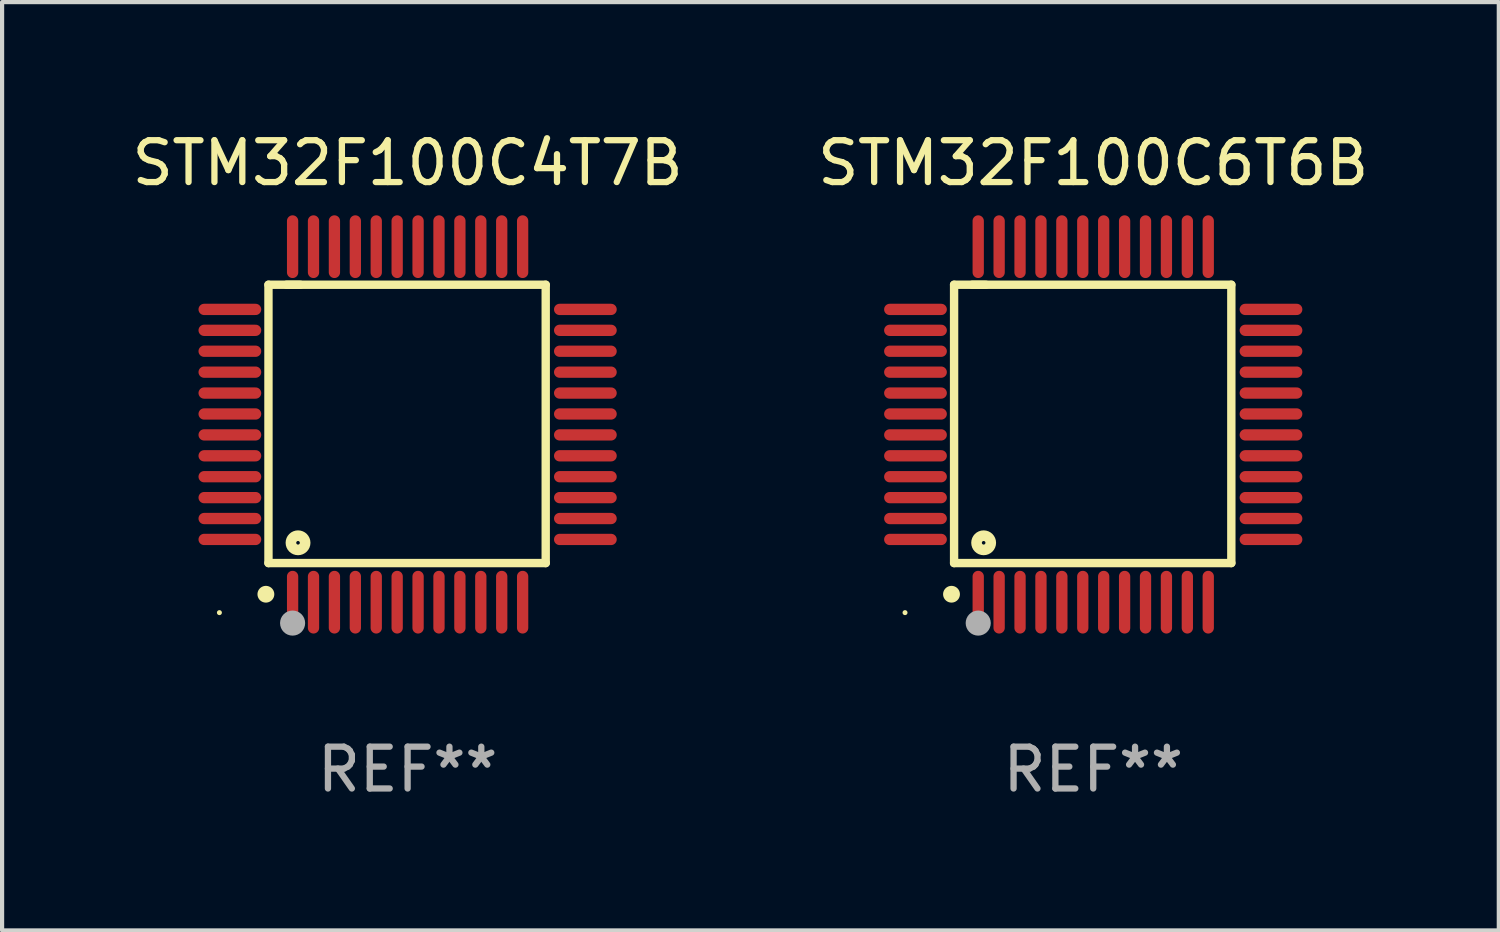
<source format=kicad_pcb>
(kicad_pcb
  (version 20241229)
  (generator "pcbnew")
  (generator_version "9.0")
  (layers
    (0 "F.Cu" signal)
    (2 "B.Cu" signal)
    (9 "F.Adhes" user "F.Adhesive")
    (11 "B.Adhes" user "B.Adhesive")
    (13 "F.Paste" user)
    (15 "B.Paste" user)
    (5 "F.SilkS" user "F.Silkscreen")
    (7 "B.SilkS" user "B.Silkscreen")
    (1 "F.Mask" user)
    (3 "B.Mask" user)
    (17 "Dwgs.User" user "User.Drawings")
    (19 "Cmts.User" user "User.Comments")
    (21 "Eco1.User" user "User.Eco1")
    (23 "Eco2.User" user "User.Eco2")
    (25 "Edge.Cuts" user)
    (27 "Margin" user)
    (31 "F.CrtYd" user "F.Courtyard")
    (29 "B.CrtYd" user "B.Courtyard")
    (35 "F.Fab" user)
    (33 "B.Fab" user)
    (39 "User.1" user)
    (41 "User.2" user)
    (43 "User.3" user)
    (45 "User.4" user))
  (footprint "STM32F100C6T6B"
    (layer "F.Cu")
    (at 23.089 7.098)
    (property "Reference" "STM32F100C6T6B" (at 0 -6.25 0) (layer "F.SilkS") (effects (font (size 1 1) (thickness 0.15))))
    (attr through_hole)
    (fp_line (start -3.327 -3.34) (end -2.565 -3.34) (stroke (width 0.2) (type solid)) (layer "F.SilkS"))
    (fp_line (start -3.327 3.315) (end -3.327 -3.34) (stroke (width 0.2) (type solid)) (layer "F.SilkS"))
    (fp_line (start -2.896 -3.34) (end 3.302 -3.34) (stroke (width 0.2) (type solid)) (layer "F.SilkS"))
    (fp_line (start 3.302 -3.34) (end 3.302 3.315) (stroke (width 0.2) (type solid)) (layer "F.SilkS"))
    (fp_line (start 3.302 3.315) (end -3.327 3.315) (stroke (width 0.2) (type solid)) (layer "F.SilkS"))
    (fp_arc (start -3.389992 4.059995) (mid -3.388722 4.059991) (end -3.387452 4.059995) (stroke (width 0.4) (type solid)) (layer "F.SilkS"))
    (fp_circle (center -4.5 4.5) (end -4.47 4.5) (stroke (width 0.06) (type solid)) (fill no) (layer "F.SilkS"))
    (fp_circle (center -2.62 2.83) (end -2.45 2.83) (stroke (width 0.254) (type solid)) (fill no) (layer "F.SilkS"))
    (fp_circle (center -2.75 4.75) (end -2.6 4.75) (stroke (width 0.3) (type solid)) (fill no) (layer "F.Fab"))
    (fp_text user "REF**" (at 0 8.25 0) (layer "F.Fab") (effects (font (size 1 1) (thickness 0.15))))
    (pad "1" smd oval (at -2.75 4.25) (size 0.27 1.5) (layers "F.Cu" "F.Mask" "F.Paste"))
    (pad "2" smd oval (at -2.25 4.25) (size 0.27 1.5) (layers "F.Cu" "F.Mask" "F.Paste"))
    (pad "3" smd oval (at -1.75 4.25) (size 0.27 1.5) (layers "F.Cu" "F.Mask" "F.Paste"))
    (pad "4" smd oval (at -1.25 4.25) (size 0.27 1.5) (layers "F.Cu" "F.Mask" "F.Paste"))
    (pad "5" smd oval (at -0.75 4.25) (size 0.27 1.5) (layers "F.Cu" "F.Mask" "F.Paste"))
    (pad "6" smd oval (at -0.25 4.25) (size 0.27 1.5) (layers "F.Cu" "F.Mask" "F.Paste"))
    (pad "7" smd oval (at 0.25 4.25) (size 0.27 1.5) (layers "F.Cu" "F.Mask" "F.Paste"))
    (pad "8" smd oval (at 0.75 4.25) (size 0.27 1.5) (layers "F.Cu" "F.Mask" "F.Paste"))
    (pad "9" smd oval (at 1.25 4.25) (size 0.27 1.5) (layers "F.Cu" "F.Mask" "F.Paste"))
    (pad "10" smd oval (at 1.75 4.25) (size 0.27 1.5) (layers "F.Cu" "F.Mask" "F.Paste"))
    (pad "11" smd oval (at 2.25 4.25) (size 0.27 1.5) (layers "F.Cu" "F.Mask" "F.Paste"))
    (pad "12" smd oval (at 2.75 4.25) (size 0.27 1.5) (layers "F.Cu" "F.Mask" "F.Paste"))
    (pad "13" smd oval (at 4.25 2.75) (size 1.5 0.27) (layers "F.Cu" "F.Mask" "F.Paste"))
    (pad "14" smd oval (at 4.25 2.25) (size 1.5 0.27) (layers "F.Cu" "F.Mask" "F.Paste"))
    (pad "15" smd oval (at 4.25 1.75) (size 1.5 0.27) (layers "F.Cu" "F.Mask" "F.Paste"))
    (pad "16" smd oval (at 4.25 1.25) (size 1.5 0.27) (layers "F.Cu" "F.Mask" "F.Paste"))
    (pad "17" smd oval (at 4.25 0.75) (size 1.5 0.27) (layers "F.Cu" "F.Mask" "F.Paste"))
    (pad "18" smd oval (at 4.25 0.25) (size 1.5 0.27) (layers "F.Cu" "F.Mask" "F.Paste"))
    (pad "19" smd oval (at 4.25 -0.25) (size 1.5 0.27) (layers "F.Cu" "F.Mask" "F.Paste"))
    (pad "20" smd oval (at 4.25 -0.75) (size 1.5 0.27) (layers "F.Cu" "F.Mask" "F.Paste"))
    (pad "21" smd oval (at 4.25 -1.25) (size 1.5 0.27) (layers "F.Cu" "F.Mask" "F.Paste"))
    (pad "22" smd oval (at 4.25 -1.75) (size 1.5 0.27) (layers "F.Cu" "F.Mask" "F.Paste"))
    (pad "23" smd oval (at 4.25 -2.25) (size 1.5 0.27) (layers "F.Cu" "F.Mask" "F.Paste"))
    (pad "24" smd oval (at 4.25 -2.75) (size 1.5 0.27) (layers "F.Cu" "F.Mask" "F.Paste"))
    (pad "25" smd oval (at 2.75 -4.25) (size 0.27 1.5) (layers "F.Cu" "F.Mask" "F.Paste"))
    (pad "26" smd oval (at 2.25 -4.25) (size 0.27 1.5) (layers "F.Cu" "F.Mask" "F.Paste"))
    (pad "27" smd oval (at 1.75 -4.25) (size 0.27 1.5) (layers "F.Cu" "F.Mask" "F.Paste"))
    (pad "28" smd oval (at 1.25 -4.25) (size 0.27 1.5) (layers "F.Cu" "F.Mask" "F.Paste"))
    (pad "29" smd oval (at 0.75 -4.25) (size 0.27 1.5) (layers "F.Cu" "F.Mask" "F.Paste"))
    (pad "30" smd oval (at 0.25 -4.25) (size 0.27 1.5) (layers "F.Cu" "F.Mask" "F.Paste"))
    (pad "31" smd oval (at -0.25 -4.25) (size 0.27 1.5) (layers "F.Cu" "F.Mask" "F.Paste"))
    (pad "32" smd oval (at -0.75 -4.25) (size 0.27 1.5) (layers "F.Cu" "F.Mask" "F.Paste"))
    (pad "33" smd oval (at -1.25 -4.25) (size 0.27 1.5) (layers "F.Cu" "F.Mask" "F.Paste"))
    (pad "34" smd oval (at -1.75 -4.25) (size 0.27 1.5) (layers "F.Cu" "F.Mask" "F.Paste"))
    (pad "35" smd oval (at -2.25 -4.25) (size 0.27 1.5) (layers "F.Cu" "F.Mask" "F.Paste"))
    (pad "36" smd oval (at -2.75 -4.25) (size 0.27 1.5) (layers "F.Cu" "F.Mask" "F.Paste"))
    (pad "37" smd oval (at -4.25 -2.75) (size 1.5 0.27) (layers "F.Cu" "F.Mask" "F.Paste"))
    (pad "38" smd oval (at -4.25 -2.25) (size 1.5 0.27) (layers "F.Cu" "F.Mask" "F.Paste"))
    (pad "39" smd oval (at -4.25 -1.75) (size 1.5 0.27) (layers "F.Cu" "F.Mask" "F.Paste"))
    (pad "40" smd oval (at -4.25 -1.25) (size 1.5 0.27) (layers "F.Cu" "F.Mask" "F.Paste"))
    (pad "41" smd oval (at -4.25 -0.75) (size 1.5 0.27) (layers "F.Cu" "F.Mask" "F.Paste"))
    (pad "42" smd oval (at -4.25 -0.25) (size 1.5 0.27) (layers "F.Cu" "F.Mask" "F.Paste"))
    (pad "43" smd oval (at -4.25 0.25) (size 1.5 0.27) (layers "F.Cu" "F.Mask" "F.Paste"))
    (pad "44" smd oval (at -4.25 0.75) (size 1.5 0.27) (layers "F.Cu" "F.Mask" "F.Paste"))
    (pad "45" smd oval (at -4.25 1.25) (size 1.5 0.27) (layers "F.Cu" "F.Mask" "F.Paste"))
    (pad "46" smd oval (at -4.25 1.75) (size 1.5 0.27) (layers "F.Cu" "F.Mask" "F.Paste"))
    (pad "47" smd oval (at -4.25 2.25) (size 1.5 0.27) (layers "F.Cu" "F.Mask" "F.Paste"))
    (pad "48" smd oval (at -4.25 2.75) (size 1.5 0.27) (layers "F.Cu" "F.Mask" "F.Paste")))
  (footprint "STM32F100C4T7B"
    (layer "F.Cu")
    (at 6.696 7.098)
    (property "Reference" "STM32F100C4T7B" (at 0 -6.25 0) (layer "F.SilkS") (effects (font (size 1 1) (thickness 0.15))))
    (attr through_hole)
    (fp_line (start -3.327 -3.34) (end -2.565 -3.34) (stroke (width 0.2) (type solid)) (layer "F.SilkS"))
    (fp_line (start -3.327 3.315) (end -3.327 -3.34) (stroke (width 0.2) (type solid)) (layer "F.SilkS"))
    (fp_line (start -2.896 -3.34) (end 3.302 -3.34) (stroke (width 0.2) (type solid)) (layer "F.SilkS"))
    (fp_line (start 3.302 -3.34) (end 3.302 3.315) (stroke (width 0.2) (type solid)) (layer "F.SilkS"))
    (fp_line (start 3.302 3.315) (end -3.327 3.315) (stroke (width 0.2) (type solid)) (layer "F.SilkS"))
    (fp_arc (start -3.389992 4.059995) (mid -3.388722 4.059991) (end -3.387452 4.059995) (stroke (width 0.4) (type solid)) (layer "F.SilkS"))
    (fp_circle (center -4.5 4.5) (end -4.47 4.5) (stroke (width 0.06) (type solid)) (fill no) (layer "F.SilkS"))
    (fp_circle (center -2.62 2.83) (end -2.45 2.83) (stroke (width 0.254) (type solid)) (fill no) (layer "F.SilkS"))
    (fp_circle (center -2.75 4.75) (end -2.6 4.75) (stroke (width 0.3) (type solid)) (fill no) (layer "F.Fab"))
    (fp_text user "REF**" (at 0 8.25 0) (layer "F.Fab") (effects (font (size 1 1) (thickness 0.15))))
    (pad "1" smd oval (at -2.75 4.25) (size 0.27 1.5) (layers "F.Cu" "F.Mask" "F.Paste"))
    (pad "2" smd oval (at -2.25 4.25) (size 0.27 1.5) (layers "F.Cu" "F.Mask" "F.Paste"))
    (pad "3" smd oval (at -1.75 4.25) (size 0.27 1.5) (layers "F.Cu" "F.Mask" "F.Paste"))
    (pad "4" smd oval (at -1.25 4.25) (size 0.27 1.5) (layers "F.Cu" "F.Mask" "F.Paste"))
    (pad "5" smd oval (at -0.75 4.25) (size 0.27 1.5) (layers "F.Cu" "F.Mask" "F.Paste"))
    (pad "6" smd oval (at -0.25 4.25) (size 0.27 1.5) (layers "F.Cu" "F.Mask" "F.Paste"))
    (pad "7" smd oval (at 0.25 4.25) (size 0.27 1.5) (layers "F.Cu" "F.Mask" "F.Paste"))
    (pad "8" smd oval (at 0.75 4.25) (size 0.27 1.5) (layers "F.Cu" "F.Mask" "F.Paste"))
    (pad "9" smd oval (at 1.25 4.25) (size 0.27 1.5) (layers "F.Cu" "F.Mask" "F.Paste"))
    (pad "10" smd oval (at 1.75 4.25) (size 0.27 1.5) (layers "F.Cu" "F.Mask" "F.Paste"))
    (pad "11" smd oval (at 2.25 4.25) (size 0.27 1.5) (layers "F.Cu" "F.Mask" "F.Paste"))
    (pad "12" smd oval (at 2.75 4.25) (size 0.27 1.5) (layers "F.Cu" "F.Mask" "F.Paste"))
    (pad "13" smd oval (at 4.25 2.75) (size 1.5 0.27) (layers "F.Cu" "F.Mask" "F.Paste"))
    (pad "14" smd oval (at 4.25 2.25) (size 1.5 0.27) (layers "F.Cu" "F.Mask" "F.Paste"))
    (pad "15" smd oval (at 4.25 1.75) (size 1.5 0.27) (layers "F.Cu" "F.Mask" "F.Paste"))
    (pad "16" smd oval (at 4.25 1.25) (size 1.5 0.27) (layers "F.Cu" "F.Mask" "F.Paste"))
    (pad "17" smd oval (at 4.25 0.75) (size 1.5 0.27) (layers "F.Cu" "F.Mask" "F.Paste"))
    (pad "18" smd oval (at 4.25 0.25) (size 1.5 0.27) (layers "F.Cu" "F.Mask" "F.Paste"))
    (pad "19" smd oval (at 4.25 -0.25) (size 1.5 0.27) (layers "F.Cu" "F.Mask" "F.Paste"))
    (pad "20" smd oval (at 4.25 -0.75) (size 1.5 0.27) (layers "F.Cu" "F.Mask" "F.Paste"))
    (pad "21" smd oval (at 4.25 -1.25) (size 1.5 0.27) (layers "F.Cu" "F.Mask" "F.Paste"))
    (pad "22" smd oval (at 4.25 -1.75) (size 1.5 0.27) (layers "F.Cu" "F.Mask" "F.Paste"))
    (pad "23" smd oval (at 4.25 -2.25) (size 1.5 0.27) (layers "F.Cu" "F.Mask" "F.Paste"))
    (pad "24" smd oval (at 4.25 -2.75) (size 1.5 0.27) (layers "F.Cu" "F.Mask" "F.Paste"))
    (pad "25" smd oval (at 2.75 -4.25) (size 0.27 1.5) (layers "F.Cu" "F.Mask" "F.Paste"))
    (pad "26" smd oval (at 2.25 -4.25) (size 0.27 1.5) (layers "F.Cu" "F.Mask" "F.Paste"))
    (pad "27" smd oval (at 1.75 -4.25) (size 0.27 1.5) (layers "F.Cu" "F.Mask" "F.Paste"))
    (pad "28" smd oval (at 1.25 -4.25) (size 0.27 1.5) (layers "F.Cu" "F.Mask" "F.Paste"))
    (pad "29" smd oval (at 0.75 -4.25) (size 0.27 1.5) (layers "F.Cu" "F.Mask" "F.Paste"))
    (pad "30" smd oval (at 0.25 -4.25) (size 0.27 1.5) (layers "F.Cu" "F.Mask" "F.Paste"))
    (pad "31" smd oval (at -0.25 -4.25) (size 0.27 1.5) (layers "F.Cu" "F.Mask" "F.Paste"))
    (pad "32" smd oval (at -0.75 -4.25) (size 0.27 1.5) (layers "F.Cu" "F.Mask" "F.Paste"))
    (pad "33" smd oval (at -1.25 -4.25) (size 0.27 1.5) (layers "F.Cu" "F.Mask" "F.Paste"))
    (pad "34" smd oval (at -1.75 -4.25) (size 0.27 1.5) (layers "F.Cu" "F.Mask" "F.Paste"))
    (pad "35" smd oval (at -2.25 -4.25) (size 0.27 1.5) (layers "F.Cu" "F.Mask" "F.Paste"))
    (pad "36" smd oval (at -2.75 -4.25) (size 0.27 1.5) (layers "F.Cu" "F.Mask" "F.Paste"))
    (pad "37" smd oval (at -4.25 -2.75) (size 1.5 0.27) (layers "F.Cu" "F.Mask" "F.Paste"))
    (pad "38" smd oval (at -4.25 -2.25) (size 1.5 0.27) (layers "F.Cu" "F.Mask" "F.Paste"))
    (pad "39" smd oval (at -4.25 -1.75) (size 1.5 0.27) (layers "F.Cu" "F.Mask" "F.Paste"))
    (pad "40" smd oval (at -4.25 -1.25) (size 1.5 0.27) (layers "F.Cu" "F.Mask" "F.Paste"))
    (pad "41" smd oval (at -4.25 -0.75) (size 1.5 0.27) (layers "F.Cu" "F.Mask" "F.Paste"))
    (pad "42" smd oval (at -4.25 -0.25) (size 1.5 0.27) (layers "F.Cu" "F.Mask" "F.Paste"))
    (pad "43" smd oval (at -4.25 0.25) (size 1.5 0.27) (layers "F.Cu" "F.Mask" "F.Paste"))
    (pad "44" smd oval (at -4.25 0.75) (size 1.5 0.27) (layers "F.Cu" "F.Mask" "F.Paste"))
    (pad "45" smd oval (at -4.25 1.25) (size 1.5 0.27) (layers "F.Cu" "F.Mask" "F.Paste"))
    (pad "46" smd oval (at -4.25 1.75) (size 1.5 0.27) (layers "F.Cu" "F.Mask" "F.Paste"))
    (pad "47" smd oval (at -4.25 2.25) (size 1.5 0.27) (layers "F.Cu" "F.Mask" "F.Paste"))
    (pad "48" smd oval (at -4.25 2.75) (size 1.5 0.27) (layers "F.Cu" "F.Mask" "F.Paste")))
  (gr_rect
    (start -3 -3)
    (end 32.786 19.196)
    (stroke (width 0.1) (type default))
    (fill no)
    (layer "Edge.Cuts")))
</source>
